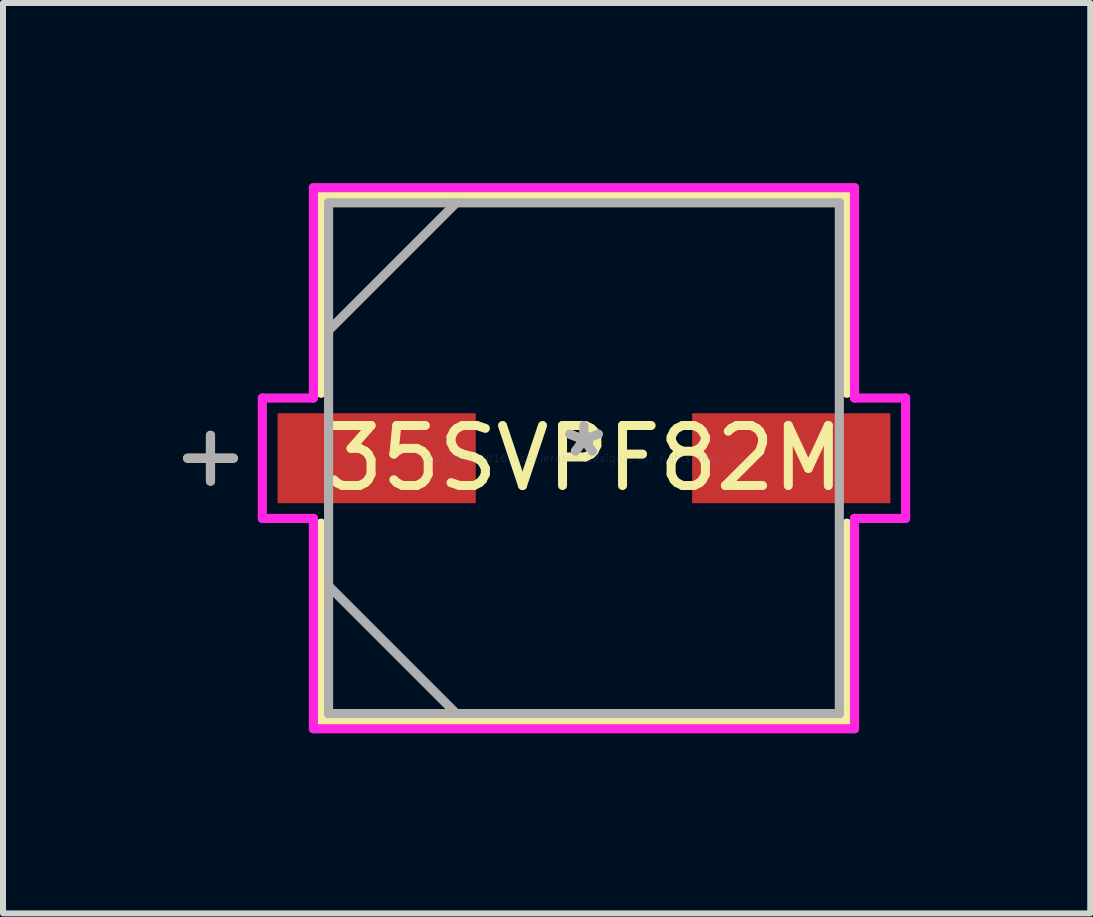
<source format=kicad_pcb>
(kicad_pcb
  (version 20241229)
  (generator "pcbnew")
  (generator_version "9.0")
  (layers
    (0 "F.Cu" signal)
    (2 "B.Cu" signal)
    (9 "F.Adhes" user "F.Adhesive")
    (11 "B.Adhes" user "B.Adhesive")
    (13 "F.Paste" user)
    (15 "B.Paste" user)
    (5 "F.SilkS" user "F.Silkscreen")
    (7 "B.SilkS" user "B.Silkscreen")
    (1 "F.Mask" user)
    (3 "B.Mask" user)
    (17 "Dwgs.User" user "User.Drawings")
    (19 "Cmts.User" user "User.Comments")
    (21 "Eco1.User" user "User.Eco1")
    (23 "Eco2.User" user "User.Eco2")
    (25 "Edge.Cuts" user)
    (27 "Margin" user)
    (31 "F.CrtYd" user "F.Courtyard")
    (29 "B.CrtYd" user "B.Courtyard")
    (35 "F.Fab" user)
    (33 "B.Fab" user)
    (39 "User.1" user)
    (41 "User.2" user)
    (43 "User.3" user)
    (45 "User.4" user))
  (footprint "35SVPF82M"
    (layer "F.Cu")
    (at 6.68 4.585)
    (property "Reference" "35SVPF82M" (at 0 0 0) (layer "F.SilkS") (effects (font (size 1 1) (thickness 0.15))))
    (attr through_hole)
    (fp_line (start -6.223 -0.381) (end -6.223 0.381) (stroke (width 0.152) (type solid)) (layer "F.SilkS"))
    (fp_line (start -5.842 0) (end -6.604 0) (stroke (width 0.152) (type solid)) (layer "F.SilkS"))
    (fp_line (start -4.381 -4.381) (end -4.381 -1.082) (stroke (width 0.152) (type solid)) (layer "F.SilkS"))
    (fp_line (start -4.381 1.082) (end -4.381 4.381) (stroke (width 0.152) (type solid)) (layer "F.SilkS"))
    (fp_line (start -4.381 4.381) (end 4.381 4.381) (stroke (width 0.152) (type solid)) (layer "F.SilkS"))
    (fp_line (start 4.381 -4.381) (end -4.381 -4.381) (stroke (width 0.152) (type solid)) (layer "F.SilkS"))
    (fp_line (start 4.381 -1.082) (end 4.381 -4.381) (stroke (width 0.152) (type solid)) (layer "F.SilkS"))
    (fp_line (start 4.381 4.381) (end 4.381 1.082) (stroke (width 0.152) (type solid)) (layer "F.SilkS"))
    (fp_line (start -5.359 -1.003) (end -4.508 -1.003) (stroke (width 0.152) (type solid)) (layer "F.CrtYd"))
    (fp_line (start -5.359 1.003) (end -5.359 -1.003) (stroke (width 0.152) (type solid)) (layer "F.CrtYd"))
    (fp_line (start -4.508 -4.508) (end 4.508 -4.508) (stroke (width 0.152) (type solid)) (layer "F.CrtYd"))
    (fp_line (start -4.508 -1.003) (end -4.508 -4.508) (stroke (width 0.152) (type solid)) (layer "F.CrtYd"))
    (fp_line (start -4.508 1.003) (end -5.359 1.003) (stroke (width 0.152) (type solid)) (layer "F.CrtYd"))
    (fp_line (start -4.508 4.508) (end -4.508 1.003) (stroke (width 0.152) (type solid)) (layer "F.CrtYd"))
    (fp_line (start 4.508 -4.508) (end 4.508 -1.003) (stroke (width 0.152) (type solid)) (layer "F.CrtYd"))
    (fp_line (start 4.508 -1.003) (end 5.359 -1.003) (stroke (width 0.152) (type solid)) (layer "F.CrtYd"))
    (fp_line (start 4.508 1.003) (end 4.508 4.508) (stroke (width 0.152) (type solid)) (layer "F.CrtYd"))
    (fp_line (start 4.508 4.508) (end -4.508 4.508) (stroke (width 0.152) (type solid)) (layer "F.CrtYd"))
    (fp_line (start 5.359 -1.003) (end 5.359 1.003) (stroke (width 0.152) (type solid)) (layer "F.CrtYd"))
    (fp_line (start 5.359 1.003) (end 4.508 1.003) (stroke (width 0.152) (type solid)) (layer "F.CrtYd"))
    (fp_line (start -6.223 -0.381) (end -6.223 0.381) (stroke (width 0.152) (type solid)) (layer "F.Fab"))
    (fp_line (start -5.842 0) (end -6.604 0) (stroke (width 0.152) (type solid)) (layer "F.Fab"))
    (fp_line (start -4.255 -4.255) (end -4.255 4.255) (stroke (width 0.152) (type solid)) (layer "F.Fab"))
    (fp_line (start -4.255 -2.127) (end -2.127 -4.255) (stroke (width 0.152) (type solid)) (layer "F.Fab"))
    (fp_line (start -4.255 2.127) (end -2.127 4.255) (stroke (width 0.152) (type solid)) (layer "F.Fab"))
    (fp_line (start -4.255 4.255) (end 4.255 4.255) (stroke (width 0.152) (type solid)) (layer "F.Fab"))
    (fp_line (start 4.255 -4.255) (end -4.255 -4.255) (stroke (width 0.152) (type solid)) (layer "F.Fab"))
    (fp_line (start 4.255 4.255) (end 4.255 -4.255) (stroke (width 0.152) (type solid)) (layer "F.Fab"))
    (fp_text user "*" (at 0 0 0) (layer "F.SilkS") (effects (font (size 1 1) (thickness 0.15))))
    (fp_text user "Copyright 2016 Accelerated Designs. All rights reserved." (at 0 0 0) (layer "Cmts.User") (effects (font (size 0.127 0.127) (thickness 0.002))))
    (fp_text user "*" (at 0 0 0) (layer "F.Fab") (effects (font (size 1 1) (thickness 0.15))))
    (pad "1" smd rect (at -3.454 0) (size 3.302 1.499) (layers "F.Cu" "F.Mask" "F.Paste"))
    (pad "2" smd rect (at 3.454 0) (size 3.302 1.499) (layers "F.Cu" "F.Mask" "F.Paste")))
  (gr_rect
    (start -3 -3)
    (end 15.116 12.169)
    (stroke (width 0.1) (type default))
    (fill no)
    (layer "Edge.Cuts")))
</source>
